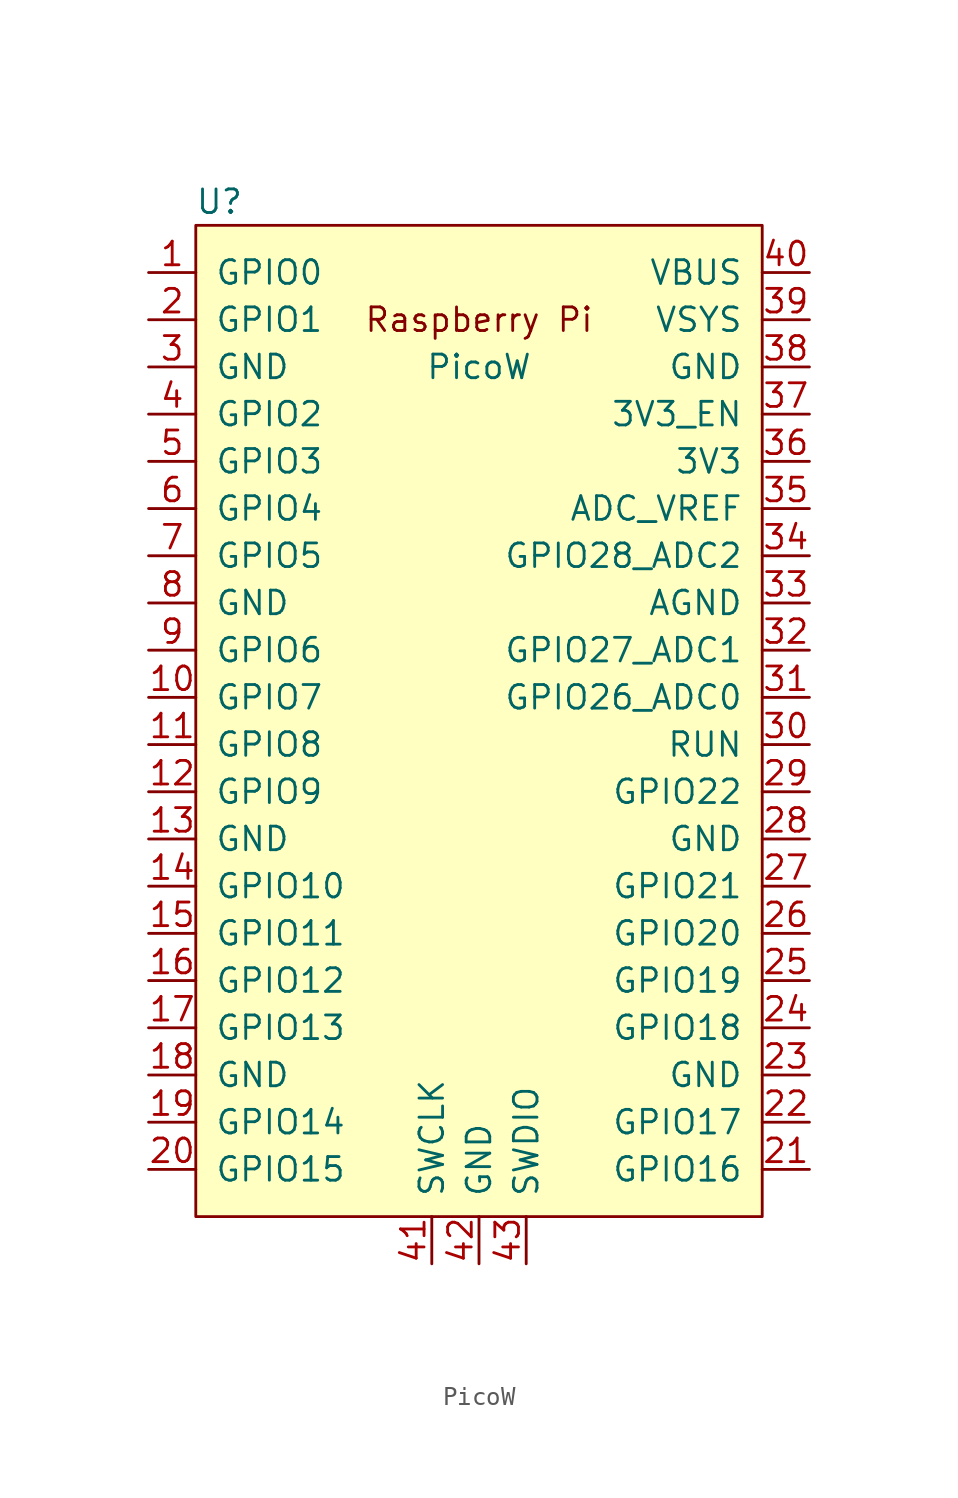
<source format=kicad_sym>
(kicad_symbol_lib
  (version 20220914)
  (generator kicad_symbol_editor)
  (symbol "PicoW"
    (pin_names
      (offset 1.016))
    (property "Reference" "U"
      (at -13.97 27.94 0)
      (effects (font (size 1.27 1.27))))
    (property "Value" "PicoW"
      (at 0 19.05 0)
      (effects (font (size 1.27 1.27))))
    (symbol "PicoW_0_0"
      (text "Raspberry Pi" (at 0 21.59 0) (effects (font (size 1.27 1.27)))))
    (symbol "PicoW_0_1"
      (rectangle (start -15.24 26.67) (end 15.24 -26.67) (stroke (width 0) (type default)) (fill (type background))))
    (symbol "PicoW_1_1"
      (pin bidirectional line (at -17.78 24.13 0) (length 2.54) (name "GPIO0" (effects (font (size 1.27 1.27)))) (number "1" (effects (font (size 1.27 1.27)))))
      (pin bidirectional line (at -17.78 1.27 0) (length 2.54) (name "GPIO7" (effects (font (size 1.27 1.27)))) (number "10" (effects (font (size 1.27 1.27)))))
      (pin bidirectional line (at -17.78 -1.27 0) (length 2.54) (name "GPIO8" (effects (font (size 1.27 1.27)))) (number "11" (effects (font (size 1.27 1.27)))))
      (pin bidirectional line (at -17.78 -3.81 0) (length 2.54) (name "GPIO9" (effects (font (size 1.27 1.27)))) (number "12" (effects (font (size 1.27 1.27)))))
      (pin power_in line (at -17.78 -6.35 0) (length 2.54) (name "GND" (effects (font (size 1.27 1.27)))) (number "13" (effects (font (size 1.27 1.27)))))
      (pin bidirectional line (at -17.78 -8.89 0) (length 2.54) (name "GPIO10" (effects (font (size 1.27 1.27)))) (number "14" (effects (font (size 1.27 1.27)))))
      (pin bidirectional line (at -17.78 -11.43 0) (length 2.54) (name "GPIO11" (effects (font (size 1.27 1.27)))) (number "15" (effects (font (size 1.27 1.27)))))
      (pin bidirectional line (at -17.78 -13.97 0) (length 2.54) (name "GPIO12" (effects (font (size 1.27 1.27)))) (number "16" (effects (font (size 1.27 1.27)))))
      (pin bidirectional line (at -17.78 -16.51 0) (length 2.54) (name "GPIO13" (effects (font (size 1.27 1.27)))) (number "17" (effects (font (size 1.27 1.27)))))
      (pin power_in line (at -17.78 -19.05 0) (length 2.54) (name "GND" (effects (font (size 1.27 1.27)))) (number "18" (effects (font (size 1.27 1.27)))))
      (pin bidirectional line (at -17.78 -21.59 0) (length 2.54) (name "GPIO14" (effects (font (size 1.27 1.27)))) (number "19" (effects (font (size 1.27 1.27)))))
      (pin bidirectional line (at -17.78 21.59 0) (length 2.54) (name "GPIO1" (effects (font (size 1.27 1.27)))) (number "2" (effects (font (size 1.27 1.27)))))
      (pin bidirectional line (at -17.78 -24.13 0) (length 2.54) (name "GPIO15" (effects (font (size 1.27 1.27)))) (number "20" (effects (font (size 1.27 1.27)))))
      (pin bidirectional line (at 17.78 -24.13 180) (length 2.54) (name "GPIO16" (effects (font (size 1.27 1.27)))) (number "21" (effects (font (size 1.27 1.27)))))
      (pin bidirectional line (at 17.78 -21.59 180) (length 2.54) (name "GPIO17" (effects (font (size 1.27 1.27)))) (number "22" (effects (font (size 1.27 1.27)))))
      (pin power_in line (at 17.78 -19.05 180) (length 2.54) (name "GND" (effects (font (size 1.27 1.27)))) (number "23" (effects (font (size 1.27 1.27)))))
      (pin bidirectional line (at 17.78 -16.51 180) (length 2.54) (name "GPIO18" (effects (font (size 1.27 1.27)))) (number "24" (effects (font (size 1.27 1.27)))))
      (pin bidirectional line (at 17.78 -13.97 180) (length 2.54) (name "GPIO19" (effects (font (size 1.27 1.27)))) (number "25" (effects (font (size 1.27 1.27)))))
      (pin bidirectional line (at 17.78 -11.43 180) (length 2.54) (name "GPIO20" (effects (font (size 1.27 1.27)))) (number "26" (effects (font (size 1.27 1.27)))))
      (pin bidirectional line (at 17.78 -8.89 180) (length 2.54) (name "GPIO21" (effects (font (size 1.27 1.27)))) (number "27" (effects (font (size 1.27 1.27)))))
      (pin power_in line (at 17.78 -6.35 180) (length 2.54) (name "GND" (effects (font (size 1.27 1.27)))) (number "28" (effects (font (size 1.27 1.27)))))
      (pin bidirectional line (at 17.78 -3.81 180) (length 2.54) (name "GPIO22" (effects (font (size 1.27 1.27)))) (number "29" (effects (font (size 1.27 1.27)))))
      (pin power_in line (at -17.78 19.05 0) (length 2.54) (name "GND" (effects (font (size 1.27 1.27)))) (number "3" (effects (font (size 1.27 1.27)))))
      (pin input line (at 17.78 -1.27 180) (length 2.54) (name "RUN" (effects (font (size 1.27 1.27)))) (number "30" (effects (font (size 1.27 1.27)))))
      (pin bidirectional line (at 17.78 1.27 180) (length 2.54) (name "GPIO26_ADC0" (effects (font (size 1.27 1.27)))) (number "31" (effects (font (size 1.27 1.27)))))
      (pin bidirectional line (at 17.78 3.81 180) (length 2.54) (name "GPIO27_ADC1" (effects (font (size 1.27 1.27)))) (number "32" (effects (font (size 1.27 1.27)))))
      (pin power_in line (at 17.78 6.35 180) (length 2.54) (name "AGND" (effects (font (size 1.27 1.27)))) (number "33" (effects (font (size 1.27 1.27)))))
      (pin bidirectional line (at 17.78 8.89 180) (length 2.54) (name "GPIO28_ADC2" (effects (font (size 1.27 1.27)))) (number "34" (effects (font (size 1.27 1.27)))))
      (pin unspecified line (at 17.78 11.43 180) (length 2.54) (name "ADC_VREF" (effects (font (size 1.27 1.27)))) (number "35" (effects (font (size 1.27 1.27)))))
      (pin unspecified line (at 17.78 13.97 180) (length 2.54) (name "3V3" (effects (font (size 1.27 1.27)))) (number "36" (effects (font (size 1.27 1.27)))))
      (pin input line (at 17.78 16.51 180) (length 2.54) (name "3V3_EN" (effects (font (size 1.27 1.27)))) (number "37" (effects (font (size 1.27 1.27)))))
      (pin bidirectional line (at 17.78 19.05 180) (length 2.54) (name "GND" (effects (font (size 1.27 1.27)))) (number "38" (effects (font (size 1.27 1.27)))))
      (pin unspecified line (at 17.78 21.59 180) (length 2.54) (name "VSYS" (effects (font (size 1.27 1.27)))) (number "39" (effects (font (size 1.27 1.27)))))
      (pin bidirectional line (at -17.78 16.51 0) (length 2.54) (name "GPIO2" (effects (font (size 1.27 1.27)))) (number "4" (effects (font (size 1.27 1.27)))))
      (pin unspecified line (at 17.78 24.13 180) (length 2.54) (name "VBUS" (effects (font (size 1.27 1.27)))) (number "40" (effects (font (size 1.27 1.27)))))
      (pin input line (at -2.54 -29.21 90) (length 2.54) (name "SWCLK" (effects (font (size 1.27 1.27)))) (number "41" (effects (font (size 1.27 1.27)))))
      (pin power_in line (at 0 -29.21 90) (length 2.54) (name "GND" (effects (font (size 1.27 1.27)))) (number "42" (effects (font (size 1.27 1.27)))))
      (pin bidirectional line (at 2.54 -29.21 90) (length 2.54) (name "SWDIO" (effects (font (size 1.27 1.27)))) (number "43" (effects (font (size 1.27 1.27)))))
      (pin bidirectional line (at -17.78 13.97 0) (length 2.54) (name "GPIO3" (effects (font (size 1.27 1.27)))) (number "5" (effects (font (size 1.27 1.27)))))
      (pin bidirectional line (at -17.78 11.43 0) (length 2.54) (name "GPIO4" (effects (font (size 1.27 1.27)))) (number "6" (effects (font (size 1.27 1.27)))))
      (pin bidirectional line (at -17.78 8.89 0) (length 2.54) (name "GPIO5" (effects (font (size 1.27 1.27)))) (number "7" (effects (font (size 1.27 1.27)))))
      (pin power_in line (at -17.78 6.35 0) (length 2.54) (name "GND" (effects (font (size 1.27 1.27)))) (number "8" (effects (font (size 1.27 1.27)))))
      (pin bidirectional line (at -17.78 3.81 0) (length 2.54) (name "GPIO6" (effects (font (size 1.27 1.27)))) (number "9" (effects (font (size 1.27 1.27))))))))
</source>
